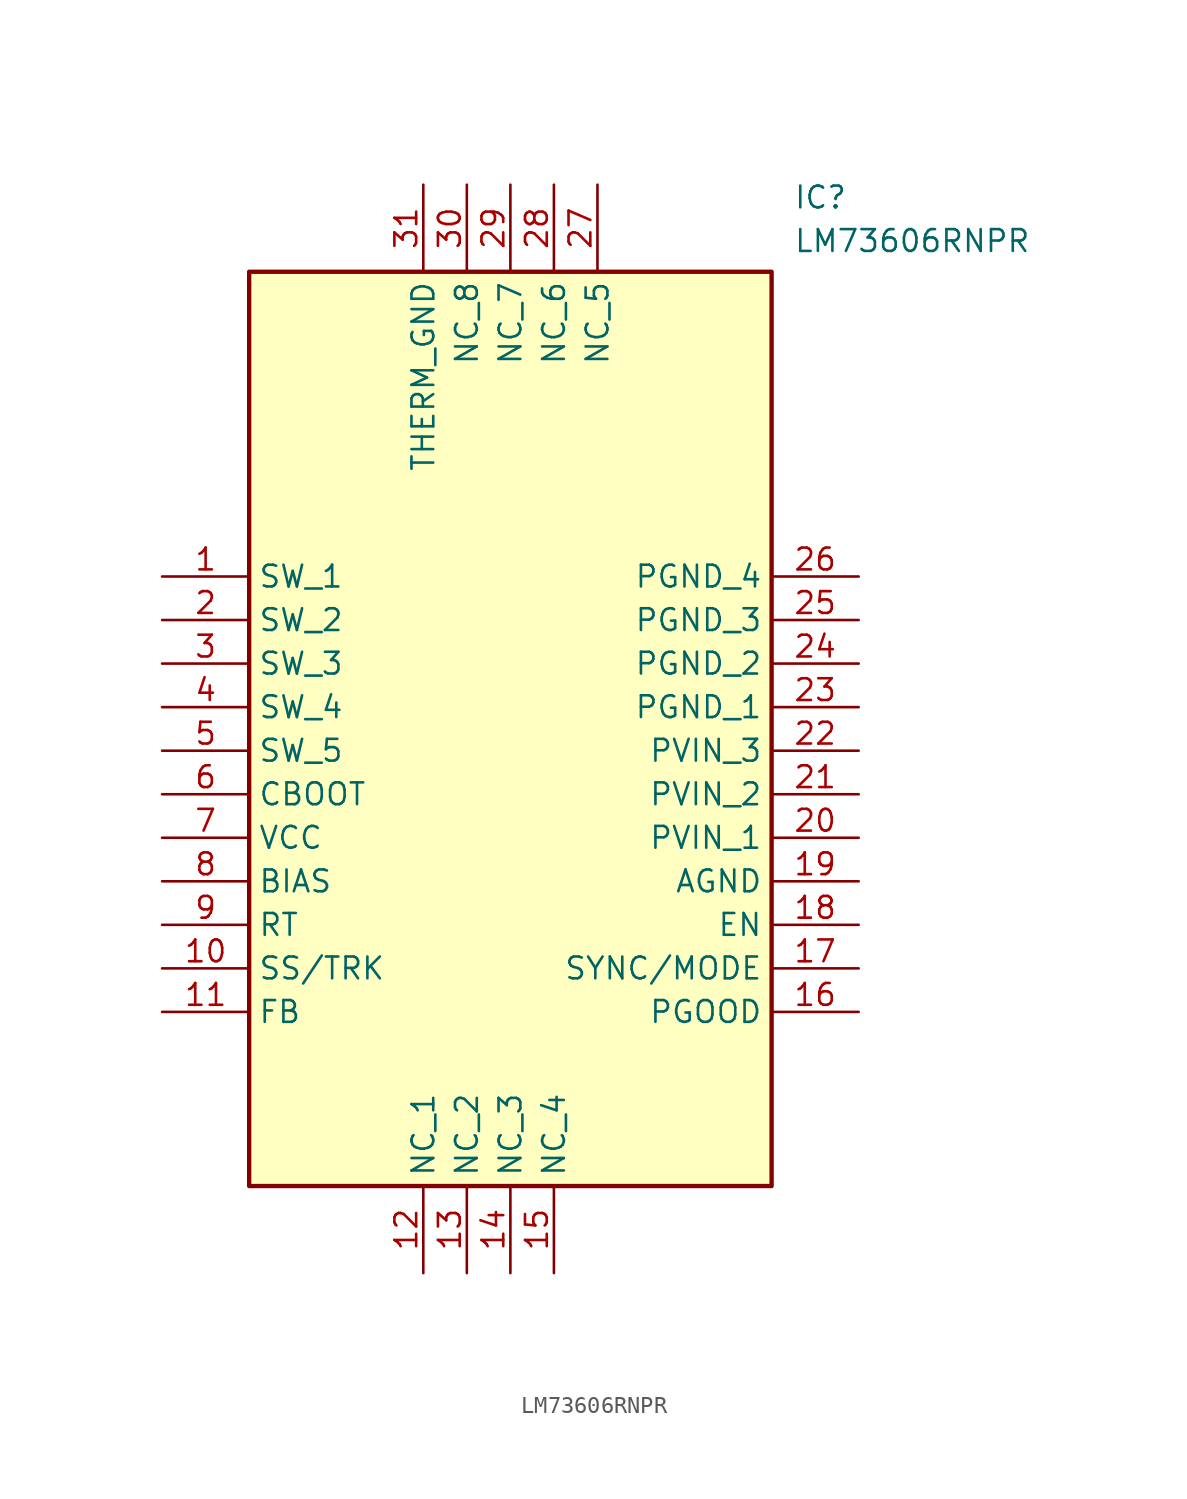
<source format=kicad_sym>
(kicad_symbol_lib
  (version 20211014)
  (generator SamacSys_ECAD_Model)
  (symbol "LM73606RNPR"
    (property "Reference" "IC"
      (at 36.83 22.86 0)
      (effects (font (size 1.27 1.27)) (justify left top)))
    (property "Value" "LM73606RNPR"
      (at 36.83 20.32 0)
      (effects (font (size 1.27 1.27)) (justify left top)))
    (rectangle
      (start 5.08 17.78)
      (end 35.56 -35.56)
      (stroke (width 0.254) (type default))
      (fill (type background)))
    (pin output line
      (at 0 0 0)
      (length 5.08)
      (name "SW_1" (effects (font (size 1.27 1.27))))
      (number "1" (effects (font (size 1.27 1.27)))))
    (pin output line
      (at 0 -2.54 0)
      (length 5.08)
      (name "SW_2" (effects (font (size 1.27 1.27))))
      (number "2" (effects (font (size 1.27 1.27)))))
    (pin output line
      (at 0 -5.08 0)
      (length 5.08)
      (name "SW_3" (effects (font (size 1.27 1.27))))
      (number "3" (effects (font (size 1.27 1.27)))))
    (pin output line
      (at 0 -7.62 0)
      (length 5.08)
      (name "SW_4" (effects (font (size 1.27 1.27))))
      (number "4" (effects (font (size 1.27 1.27)))))
    (pin output line
      (at 0 -10.16 0)
      (length 5.08)
      (name "SW_5" (effects (font (size 1.27 1.27))))
      (number "5" (effects (font (size 1.27 1.27)))))
    (pin passive line
      (at 0 -12.7 0)
      (length 5.08)
      (name "CBOOT" (effects (font (size 1.27 1.27))))
      (number "6" (effects (font (size 1.27 1.27)))))
    (pin power_in line
      (at 0 -15.24 0)
      (length 5.08)
      (name "VCC" (effects (font (size 1.27 1.27))))
      (number "7" (effects (font (size 1.27 1.27)))))
    (pin input line
      (at 0 -17.78 0)
      (length 5.08)
      (name "BIAS" (effects (font (size 1.27 1.27))))
      (number "8" (effects (font (size 1.27 1.27)))))
    (pin input line
      (at 0 -20.32 0)
      (length 5.08)
      (name "RT" (effects (font (size 1.27 1.27))))
      (number "9" (effects (font (size 1.27 1.27)))))
    (pin input line
      (at 0 -22.86 0)
      (length 5.08)
      (name "SS/TRK" (effects (font (size 1.27 1.27))))
      (number "10" (effects (font (size 1.27 1.27)))))
    (pin input line
      (at 0 -25.4 0)
      (length 5.08)
      (name "FB" (effects (font (size 1.27 1.27))))
      (number "11" (effects (font (size 1.27 1.27)))))
    (pin power_in line
      (at 15.24 -40.64 90)
      (length 5.08)
      (name "NC_1" (effects (font (size 1.27 1.27))))
      (number "12" (effects (font (size 1.27 1.27)))))
    (pin power_in line
      (at 17.78 -40.64 90)
      (length 5.08)
      (name "NC_2" (effects (font (size 1.27 1.27))))
      (number "13" (effects (font (size 1.27 1.27)))))
    (pin power_in line
      (at 20.32 -40.64 90)
      (length 5.08)
      (name "NC_3" (effects (font (size 1.27 1.27))))
      (number "14" (effects (font (size 1.27 1.27)))))
    (pin power_in line
      (at 22.86 -40.64 90)
      (length 5.08)
      (name "NC_4" (effects (font (size 1.27 1.27))))
      (number "15" (effects (font (size 1.27 1.27)))))
    (pin output line
      (at 40.64 -25.4 180)
      (length 5.08)
      (name "PGOOD" (effects (font (size 1.27 1.27))))
      (number "16" (effects (font (size 1.27 1.27)))))
    (pin input line
      (at 40.64 -22.86 180)
      (length 5.08)
      (name "SYNC/MODE" (effects (font (size 1.27 1.27))))
      (number "17" (effects (font (size 1.27 1.27)))))
    (pin input line
      (at 40.64 -20.32 180)
      (length 5.08)
      (name "EN" (effects (font (size 1.27 1.27))))
      (number "18" (effects (font (size 1.27 1.27)))))
    (pin power_in line
      (at 40.64 -17.78 180)
      (length 5.08)
      (name "AGND" (effects (font (size 1.27 1.27))))
      (number "19" (effects (font (size 1.27 1.27)))))
    (pin input line
      (at 40.64 -15.24 180)
      (length 5.08)
      (name "PVIN_1" (effects (font (size 1.27 1.27))))
      (number "20" (effects (font (size 1.27 1.27)))))
    (pin input line
      (at 40.64 -12.7 180)
      (length 5.08)
      (name "PVIN_2" (effects (font (size 1.27 1.27))))
      (number "21" (effects (font (size 1.27 1.27)))))
    (pin input line
      (at 40.64 -10.16 180)
      (length 5.08)
      (name "PVIN_3" (effects (font (size 1.27 1.27))))
      (number "22" (effects (font (size 1.27 1.27)))))
    (pin power_in line
      (at 40.64 -7.62 180)
      (length 5.08)
      (name "PGND_1" (effects (font (size 1.27 1.27))))
      (number "23" (effects (font (size 1.27 1.27)))))
    (pin power_in line
      (at 40.64 -5.08 180)
      (length 5.08)
      (name "PGND_2" (effects (font (size 1.27 1.27))))
      (number "24" (effects (font (size 1.27 1.27)))))
    (pin power_in line
      (at 40.64 -2.54 180)
      (length 5.08)
      (name "PGND_3" (effects (font (size 1.27 1.27))))
      (number "25" (effects (font (size 1.27 1.27)))))
    (pin power_in line
      (at 40.64 0 180)
      (length 5.08)
      (name "PGND_4" (effects (font (size 1.27 1.27))))
      (number "26" (effects (font (size 1.27 1.27)))))
    (pin power_in line
      (at 25.4 22.86 270)
      (length 5.08)
      (name "NC_5" (effects (font (size 1.27 1.27))))
      (number "27" (effects (font (size 1.27 1.27)))))
    (pin power_in line
      (at 22.86 22.86 270)
      (length 5.08)
      (name "NC_6" (effects (font (size 1.27 1.27))))
      (number "28" (effects (font (size 1.27 1.27)))))
    (pin power_in line
      (at 20.32 22.86 270)
      (length 5.08)
      (name "NC_7" (effects (font (size 1.27 1.27))))
      (number "29" (effects (font (size 1.27 1.27)))))
    (pin power_in line
      (at 17.78 22.86 270)
      (length 5.08)
      (name "NC_8" (effects (font (size 1.27 1.27))))
      (number "30" (effects (font (size 1.27 1.27)))))
    (pin power_in line
      (at 15.24 22.86 270)
      (length 5.08)
      (name "THERM_GND" (effects (font (size 1.27 1.27))))
      (number "31" (effects (font (size 1.27 1.27)))))))
</source>
